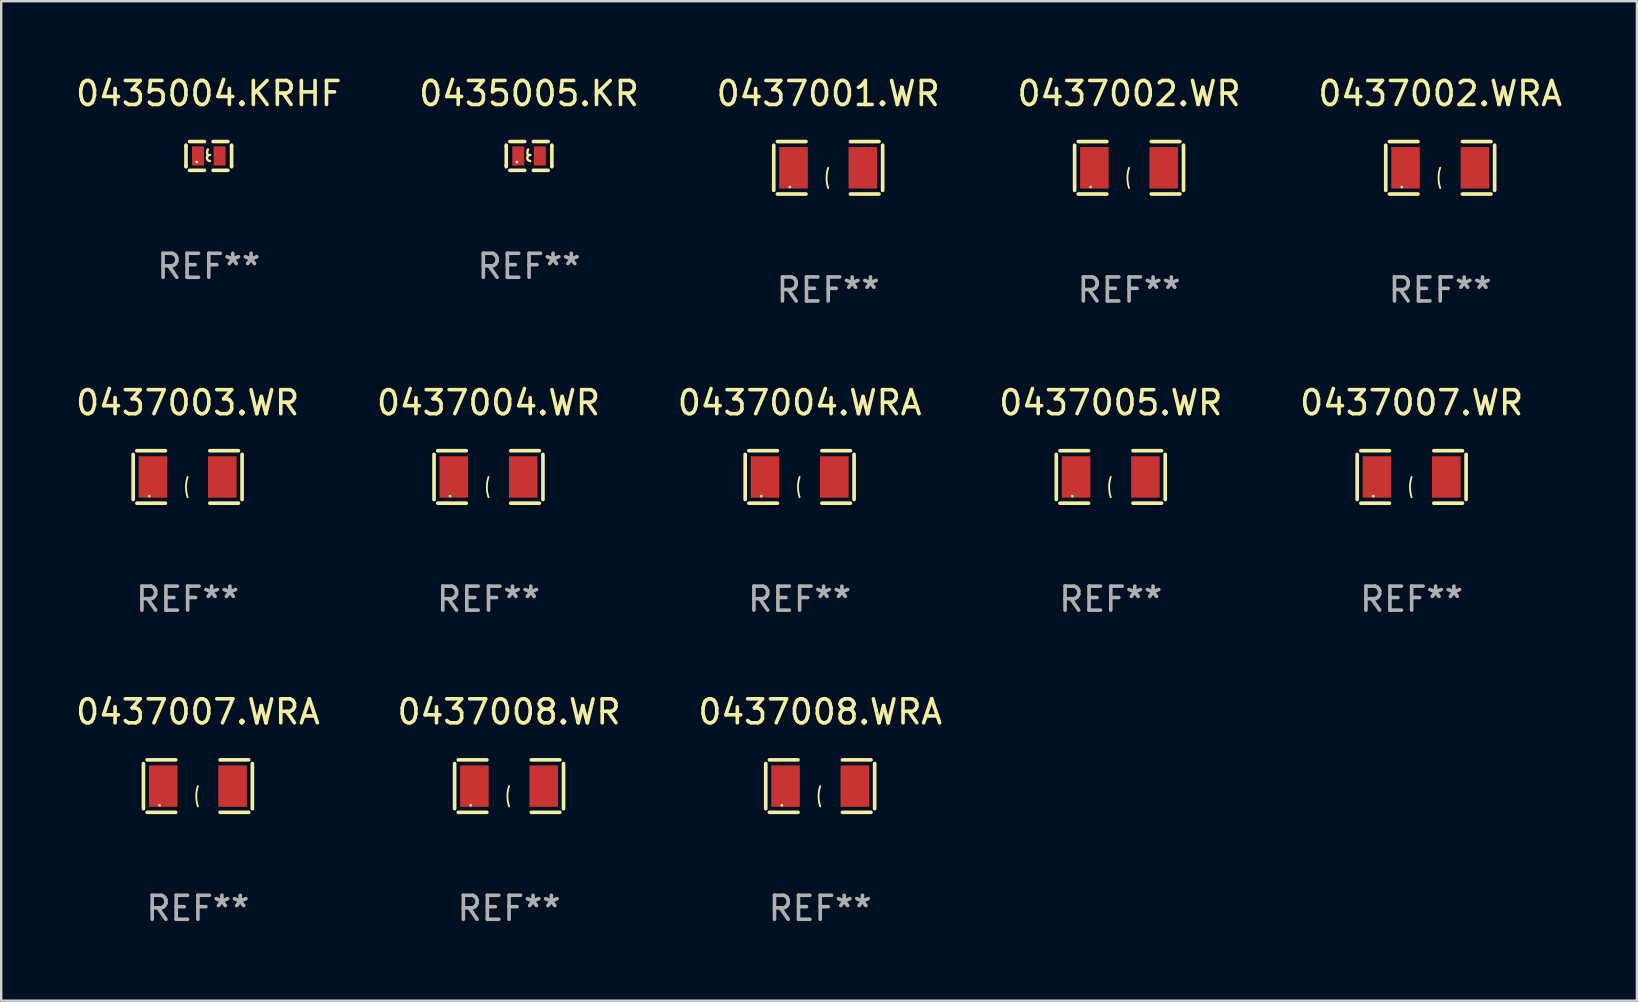
<source format=kicad_pcb>
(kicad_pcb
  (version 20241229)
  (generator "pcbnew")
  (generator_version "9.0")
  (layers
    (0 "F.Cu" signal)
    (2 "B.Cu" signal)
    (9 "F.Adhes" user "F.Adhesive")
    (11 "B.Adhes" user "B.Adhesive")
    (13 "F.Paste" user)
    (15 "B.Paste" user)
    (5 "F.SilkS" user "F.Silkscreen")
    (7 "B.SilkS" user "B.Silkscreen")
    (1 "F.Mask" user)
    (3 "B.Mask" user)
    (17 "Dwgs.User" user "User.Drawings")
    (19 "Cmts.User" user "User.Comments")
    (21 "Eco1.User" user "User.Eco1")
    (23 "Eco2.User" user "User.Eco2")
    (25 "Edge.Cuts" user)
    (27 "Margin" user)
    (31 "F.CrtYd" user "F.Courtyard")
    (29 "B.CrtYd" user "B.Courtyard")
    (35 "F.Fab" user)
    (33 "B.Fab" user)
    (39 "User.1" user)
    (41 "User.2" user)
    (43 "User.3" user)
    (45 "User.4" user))
  (footprint "0437007.WRA"
    (layer "F.Cu")
    (at 5.196 29.704)
    (property "Reference" "0437007.WRA" (at 0 -3.093 0) (layer "F.SilkS") (effects (font (size 1 1) (thickness 0.15))))
    (attr through_hole)
    (fp_line (start -2.269 -0.94) (end -2.269 0.94) (stroke (width 0.152) (type solid)) (layer "F.SilkS"))
    (fp_line (start -2.116 1.093) (end -0.926 1.093) (stroke (width 0.152) (type solid)) (layer "F.SilkS"))
    (fp_line (start -0.926 -1.093) (end -2.116 -1.093) (stroke (width 0.152) (type solid)) (layer "F.SilkS"))
    (fp_line (start 0.926 -1.093) (end 2.116 -1.093) (stroke (width 0.152) (type solid)) (layer "F.SilkS"))
    (fp_line (start 2.116 1.093) (end 0.926 1.093) (stroke (width 0.152) (type solid)) (layer "F.SilkS"))
    (fp_line (start 2.269 -0.94) (end 2.269 0.94) (stroke (width 0.152) (type solid)) (layer "F.SilkS"))
    (fp_arc (start 0 0.844951) (mid -0.068559 0.422475) (end 0 0) (stroke (width 0.0762) (type solid)) (layer "F.SilkS"))
    (fp_circle (center -1.6 0.8) (end -1.57 0.8) (stroke (width 0.06) (type solid)) (fill no) (layer "F.SilkS"))
    (fp_text user "REF**" (at 0 5.093 0) (layer "F.Fab") (effects (font (size 1 1) (thickness 0.15))))
    (pad "1" smd rect (at -1.445 0) (size 1.19 1.728) (layers "F.Cu" "F.Mask" "F.Paste"))
    (pad "2" smd rect (at 1.445 0) (size 1.19 1.728) (layers "F.Cu" "F.Mask" "F.Paste")))
  (footprint "0437004.WRA"
    (layer "F.Cu")
    (at 30.268 16.823)
    (property "Reference" "0437004.WRA" (at 0 -3.093 0) (layer "F.SilkS") (effects (font (size 1 1) (thickness 0.15))))
    (attr through_hole)
    (fp_line (start -2.269 -0.94) (end -2.269 0.94) (stroke (width 0.152) (type solid)) (layer "F.SilkS"))
    (fp_line (start -2.116 1.093) (end -0.926 1.093) (stroke (width 0.152) (type solid)) (layer "F.SilkS"))
    (fp_line (start -0.926 -1.093) (end -2.116 -1.093) (stroke (width 0.152) (type solid)) (layer "F.SilkS"))
    (fp_line (start 0.926 -1.093) (end 2.116 -1.093) (stroke (width 0.152) (type solid)) (layer "F.SilkS"))
    (fp_line (start 2.116 1.093) (end 0.926 1.093) (stroke (width 0.152) (type solid)) (layer "F.SilkS"))
    (fp_line (start 2.269 -0.94) (end 2.269 0.94) (stroke (width 0.152) (type solid)) (layer "F.SilkS"))
    (fp_arc (start 0 0.844951) (mid -0.068559 0.422475) (end 0 0) (stroke (width 0.0762) (type solid)) (layer "F.SilkS"))
    (fp_circle (center -1.6 0.8) (end -1.57 0.8) (stroke (width 0.06) (type solid)) (fill no) (layer "F.SilkS"))
    (fp_text user "REF**" (at 0 5.093 0) (layer "F.Fab") (effects (font (size 1 1) (thickness 0.15))))
    (pad "1" smd rect (at -1.445 0) (size 1.19 1.728) (layers "F.Cu" "F.Mask" "F.Paste"))
    (pad "2" smd rect (at 1.445 0) (size 1.19 1.728) (layers "F.Cu" "F.Mask" "F.Paste")))
  (footprint "0437004.WR"
    (layer "F.Cu")
    (at 17.304 16.823)
    (property "Reference" "0437004.WR" (at 0 -3.093 0) (layer "F.SilkS") (effects (font (size 1 1) (thickness 0.15))))
    (attr through_hole)
    (fp_line (start -2.269 -0.94) (end -2.269 0.94) (stroke (width 0.152) (type solid)) (layer "F.SilkS"))
    (fp_line (start -2.116 1.093) (end -0.926 1.093) (stroke (width 0.152) (type solid)) (layer "F.SilkS"))
    (fp_line (start -0.926 -1.093) (end -2.116 -1.093) (stroke (width 0.152) (type solid)) (layer "F.SilkS"))
    (fp_line (start 0.926 -1.093) (end 2.116 -1.093) (stroke (width 0.152) (type solid)) (layer "F.SilkS"))
    (fp_line (start 2.116 1.093) (end 0.926 1.093) (stroke (width 0.152) (type solid)) (layer "F.SilkS"))
    (fp_line (start 2.269 -0.94) (end 2.269 0.94) (stroke (width 0.152) (type solid)) (layer "F.SilkS"))
    (fp_arc (start 0 0.844951) (mid -0.068559 0.422475) (end 0 0) (stroke (width 0.0762) (type solid)) (layer "F.SilkS"))
    (fp_circle (center -1.6 0.8) (end -1.57 0.8) (stroke (width 0.06) (type solid)) (fill no) (layer "F.SilkS"))
    (fp_text user "REF**" (at 0 5.093 0) (layer "F.Fab") (effects (font (size 1 1) (thickness 0.15))))
    (pad "1" smd rect (at -1.445 0) (size 1.19 1.728) (layers "F.Cu" "F.Mask" "F.Paste"))
    (pad "2" smd rect (at 1.445 0) (size 1.19 1.728) (layers "F.Cu" "F.Mask" "F.Paste")))
  (footprint "0437008.WRA"
    (layer "F.Cu")
    (at 31.125 29.704)
    (property "Reference" "0437008.WRA" (at 0 -3.093 0) (layer "F.SilkS") (effects (font (size 1 1) (thickness 0.15))))
    (attr through_hole)
    (fp_line (start -2.269 -0.94) (end -2.269 0.94) (stroke (width 0.152) (type solid)) (layer "F.SilkS"))
    (fp_line (start -2.116 1.093) (end -0.926 1.093) (stroke (width 0.152) (type solid)) (layer "F.SilkS"))
    (fp_line (start -0.926 -1.093) (end -2.116 -1.093) (stroke (width 0.152) (type solid)) (layer "F.SilkS"))
    (fp_line (start 0.926 -1.093) (end 2.116 -1.093) (stroke (width 0.152) (type solid)) (layer "F.SilkS"))
    (fp_line (start 2.116 1.093) (end 0.926 1.093) (stroke (width 0.152) (type solid)) (layer "F.SilkS"))
    (fp_line (start 2.269 -0.94) (end 2.269 0.94) (stroke (width 0.152) (type solid)) (layer "F.SilkS"))
    (fp_arc (start 0 0.844951) (mid -0.068559 0.422475) (end 0 0) (stroke (width 0.0762) (type solid)) (layer "F.SilkS"))
    (fp_circle (center -1.6 0.8) (end -1.57 0.8) (stroke (width 0.06) (type solid)) (fill no) (layer "F.SilkS"))
    (fp_text user "REF**" (at 0 5.093 0) (layer "F.Fab") (effects (font (size 1 1) (thickness 0.15))))
    (pad "1" smd rect (at -1.445 0) (size 1.19 1.728) (layers "F.Cu" "F.Mask" "F.Paste"))
    (pad "2" smd rect (at 1.445 0) (size 1.19 1.728) (layers "F.Cu" "F.Mask" "F.Paste")))
  (footprint "0435005.KR"
    (layer "F.Cu")
    (at 18.994 3.448)
    (property "Reference" "0435005.KR" (at 0 -2.6 0) (layer "F.SilkS") (effects (font (size 1 1) (thickness 0.15))))
    (attr through_hole)
    (fp_line (start -0.95 -0.45) (end -0.95 -0.4) (stroke (width 0.15) (type solid)) (layer "F.SilkS"))
    (fp_line (start -0.95 -0.4) (end -0.95 0.4) (stroke (width 0.15) (type solid)) (layer "F.SilkS"))
    (fp_line (start -0.95 0.45) (end -0.95 0.4) (stroke (width 0.15) (type solid)) (layer "F.SilkS"))
    (fp_line (start -0.18 -0.6) (end -0.8 -0.6) (stroke (width 0.15) (type solid)) (layer "F.SilkS"))
    (fp_line (start -0.18 0.6) (end -0.8 0.6) (stroke (width 0.15) (type solid)) (layer "F.SilkS"))
    (fp_line (start 0.18 -0.6) (end 0.8 -0.6) (stroke (width 0.15) (type solid)) (layer "F.SilkS"))
    (fp_line (start 0.18 0.6) (end 0.8 0.6) (stroke (width 0.15) (type solid)) (layer "F.SilkS"))
    (fp_line (start 0.95 -0.45) (end 0.95 -0.4) (stroke (width 0.15) (type solid)) (layer "F.SilkS"))
    (fp_line (start 0.95 -0.4) (end 0.95 0.4) (stroke (width 0.15) (type solid)) (layer "F.SilkS"))
    (fp_line (start 0.95 0.45) (end 0.95 0.4) (stroke (width 0.15) (type solid)) (layer "F.SilkS"))
    (fp_arc (start -0.039942 -0.016052) (mid -0.069923 -0.143053) (end -0.039942 -0.270053) (stroke (width 0.1) (type solid)) (layer "F.SilkS"))
    (fp_arc (start 0.050076 0.209957) (mid -0.076924 0.082957) (end 0.050076 -0.044043) (stroke (width 0.1) (type solid)) (layer "F.SilkS"))
    (fp_circle (center -0.505 0.253) (end -0.475 0.253) (stroke (width 0.06) (type solid)) (fill no) (layer "F.SilkS"))
    (fp_text user "REF**" (at 0 4.6 0) (layer "F.Fab") (effects (font (size 1 1) (thickness 0.15))))
    (pad "1" smd rect (at -0.45 -0.000051) (size 0.5 0.8) (layers "F.Cu" "F.Mask" "F.Paste"))
    (pad "2" smd rect (at 0.45 -0.000051) (size 0.5 0.8) (layers "F.Cu" "F.Mask" "F.Paste")))
  (footprint "0437008.WR"
    (layer "F.Cu")
    (at 18.161 29.704)
    (property "Reference" "0437008.WR" (at 0 -3.093 0) (layer "F.SilkS") (effects (font (size 1 1) (thickness 0.15))))
    (attr through_hole)
    (fp_line (start -2.269 -0.94) (end -2.269 0.94) (stroke (width 0.152) (type solid)) (layer "F.SilkS"))
    (fp_line (start -2.116 1.093) (end -0.926 1.093) (stroke (width 0.152) (type solid)) (layer "F.SilkS"))
    (fp_line (start -0.926 -1.093) (end -2.116 -1.093) (stroke (width 0.152) (type solid)) (layer "F.SilkS"))
    (fp_line (start 0.926 -1.093) (end 2.116 -1.093) (stroke (width 0.152) (type solid)) (layer "F.SilkS"))
    (fp_line (start 2.116 1.093) (end 0.926 1.093) (stroke (width 0.152) (type solid)) (layer "F.SilkS"))
    (fp_line (start 2.269 -0.94) (end 2.269 0.94) (stroke (width 0.152) (type solid)) (layer "F.SilkS"))
    (fp_arc (start 0 0.844951) (mid -0.068559 0.422475) (end 0 0) (stroke (width 0.0762) (type solid)) (layer "F.SilkS"))
    (fp_circle (center -1.6 0.8) (end -1.57 0.8) (stroke (width 0.06) (type solid)) (fill no) (layer "F.SilkS"))
    (fp_text user "REF**" (at 0 5.093 0) (layer "F.Fab") (effects (font (size 1 1) (thickness 0.15))))
    (pad "1" smd rect (at -1.445 0) (size 1.19 1.728) (layers "F.Cu" "F.Mask" "F.Paste"))
    (pad "2" smd rect (at 1.445 0) (size 1.19 1.728) (layers "F.Cu" "F.Mask" "F.Paste")))
  (footprint "0437005.WR"
    (layer "F.Cu")
    (at 43.232 16.823)
    (property "Reference" "0437005.WR" (at 0 -3.093 0) (layer "F.SilkS") (effects (font (size 1 1) (thickness 0.15))))
    (attr through_hole)
    (fp_line (start -2.269 -0.94) (end -2.269 0.94) (stroke (width 0.152) (type solid)) (layer "F.SilkS"))
    (fp_line (start -2.116 1.093) (end -0.926 1.093) (stroke (width 0.152) (type solid)) (layer "F.SilkS"))
    (fp_line (start -0.926 -1.093) (end -2.116 -1.093) (stroke (width 0.152) (type solid)) (layer "F.SilkS"))
    (fp_line (start 0.926 -1.093) (end 2.116 -1.093) (stroke (width 0.152) (type solid)) (layer "F.SilkS"))
    (fp_line (start 2.116 1.093) (end 0.926 1.093) (stroke (width 0.152) (type solid)) (layer "F.SilkS"))
    (fp_line (start 2.269 -0.94) (end 2.269 0.94) (stroke (width 0.152) (type solid)) (layer "F.SilkS"))
    (fp_arc (start 0 0.844951) (mid -0.068559 0.422475) (end 0 0) (stroke (width 0.0762) (type solid)) (layer "F.SilkS"))
    (fp_circle (center -1.6 0.8) (end -1.57 0.8) (stroke (width 0.06) (type solid)) (fill no) (layer "F.SilkS"))
    (fp_text user "REF**" (at 0 5.093 0) (layer "F.Fab") (effects (font (size 1 1) (thickness 0.15))))
    (pad "1" smd rect (at -1.445 0) (size 1.19 1.728) (layers "F.Cu" "F.Mask" "F.Paste"))
    (pad "2" smd rect (at 1.445 0) (size 1.19 1.728) (layers "F.Cu" "F.Mask" "F.Paste")))
  (footprint "0437003.WR"
    (layer "F.Cu")
    (at 4.768 16.823)
    (property "Reference" "0437003.WR" (at 0 -3.093 0) (layer "F.SilkS") (effects (font (size 1 1) (thickness 0.15))))
    (attr through_hole)
    (fp_line (start -2.269 -0.94) (end -2.269 0.94) (stroke (width 0.152) (type solid)) (layer "F.SilkS"))
    (fp_line (start -2.116 1.093) (end -0.926 1.093) (stroke (width 0.152) (type solid)) (layer "F.SilkS"))
    (fp_line (start -0.926 -1.093) (end -2.116 -1.093) (stroke (width 0.152) (type solid)) (layer "F.SilkS"))
    (fp_line (start 0.926 -1.093) (end 2.116 -1.093) (stroke (width 0.152) (type solid)) (layer "F.SilkS"))
    (fp_line (start 2.116 1.093) (end 0.926 1.093) (stroke (width 0.152) (type solid)) (layer "F.SilkS"))
    (fp_line (start 2.269 -0.94) (end 2.269 0.94) (stroke (width 0.152) (type solid)) (layer "F.SilkS"))
    (fp_arc (start 0 0.844951) (mid -0.068559 0.422475) (end 0 0) (stroke (width 0.0762) (type solid)) (layer "F.SilkS"))
    (fp_circle (center -1.6 0.8) (end -1.57 0.8) (stroke (width 0.06) (type solid)) (fill no) (layer "F.SilkS"))
    (fp_text user "REF**" (at 0 5.093 0) (layer "F.Fab") (effects (font (size 1 1) (thickness 0.15))))
    (pad "1" smd rect (at -1.445 0) (size 1.19 1.728) (layers "F.Cu" "F.Mask" "F.Paste"))
    (pad "2" smd rect (at 1.445 0) (size 1.19 1.728) (layers "F.Cu" "F.Mask" "F.Paste")))
  (footprint "0437002.WR"
    (layer "F.Cu")
    (at 43.994 3.941)
    (property "Reference" "0437002.WR" (at 0 -3.093 0) (layer "F.SilkS") (effects (font (size 1 1) (thickness 0.15))))
    (attr through_hole)
    (fp_line (start -2.269 -0.94) (end -2.269 0.94) (stroke (width 0.152) (type solid)) (layer "F.SilkS"))
    (fp_line (start -2.116 1.093) (end -0.926 1.093) (stroke (width 0.152) (type solid)) (layer "F.SilkS"))
    (fp_line (start -0.926 -1.093) (end -2.116 -1.093) (stroke (width 0.152) (type solid)) (layer "F.SilkS"))
    (fp_line (start 0.926 -1.093) (end 2.116 -1.093) (stroke (width 0.152) (type solid)) (layer "F.SilkS"))
    (fp_line (start 2.116 1.093) (end 0.926 1.093) (stroke (width 0.152) (type solid)) (layer "F.SilkS"))
    (fp_line (start 2.269 -0.94) (end 2.269 0.94) (stroke (width 0.152) (type solid)) (layer "F.SilkS"))
    (fp_arc (start 0 0.844951) (mid -0.068559 0.422475) (end 0 0) (stroke (width 0.0762) (type solid)) (layer "F.SilkS"))
    (fp_circle (center -1.6 0.8) (end -1.57 0.8) (stroke (width 0.06) (type solid)) (fill no) (layer "F.SilkS"))
    (fp_text user "REF**" (at 0 5.093 0) (layer "F.Fab") (effects (font (size 1 1) (thickness 0.15))))
    (pad "1" smd rect (at -1.445 0) (size 1.19 1.728) (layers "F.Cu" "F.Mask" "F.Paste"))
    (pad "2" smd rect (at 1.445 0) (size 1.19 1.728) (layers "F.Cu" "F.Mask" "F.Paste")))
  (footprint "0437007.WR"
    (layer "F.Cu")
    (at 55.768 16.823)
    (property "Reference" "0437007.WR" (at 0 -3.093 0) (layer "F.SilkS") (effects (font (size 1 1) (thickness 0.15))))
    (attr through_hole)
    (fp_line (start -2.269 -0.94) (end -2.269 0.94) (stroke (width 0.152) (type solid)) (layer "F.SilkS"))
    (fp_line (start -2.116 1.093) (end -0.926 1.093) (stroke (width 0.152) (type solid)) (layer "F.SilkS"))
    (fp_line (start -0.926 -1.093) (end -2.116 -1.093) (stroke (width 0.152) (type solid)) (layer "F.SilkS"))
    (fp_line (start 0.926 -1.093) (end 2.116 -1.093) (stroke (width 0.152) (type solid)) (layer "F.SilkS"))
    (fp_line (start 2.116 1.093) (end 0.926 1.093) (stroke (width 0.152) (type solid)) (layer "F.SilkS"))
    (fp_line (start 2.269 -0.94) (end 2.269 0.94) (stroke (width 0.152) (type solid)) (layer "F.SilkS"))
    (fp_arc (start 0 0.844951) (mid -0.068559 0.422475) (end 0 0) (stroke (width 0.0762) (type solid)) (layer "F.SilkS"))
    (fp_circle (center -1.6 0.8) (end -1.57 0.8) (stroke (width 0.06) (type solid)) (fill no) (layer "F.SilkS"))
    (fp_text user "REF**" (at 0 5.093 0) (layer "F.Fab") (effects (font (size 1 1) (thickness 0.15))))
    (pad "1" smd rect (at -1.445 0) (size 1.19 1.728) (layers "F.Cu" "F.Mask" "F.Paste"))
    (pad "2" smd rect (at 1.445 0) (size 1.19 1.728) (layers "F.Cu" "F.Mask" "F.Paste")))
  (footprint "0435004.KRHF"
    (layer "F.Cu")
    (at 5.649 3.448)
    (property "Reference" "0435004.KRHF" (at 0 -2.6 0) (layer "F.SilkS") (effects (font (size 1 1) (thickness 0.15))))
    (attr through_hole)
    (fp_line (start -0.95 -0.45) (end -0.95 -0.4) (stroke (width 0.15) (type solid)) (layer "F.SilkS"))
    (fp_line (start -0.95 -0.4) (end -0.95 0.4) (stroke (width 0.15) (type solid)) (layer "F.SilkS"))
    (fp_line (start -0.95 0.45) (end -0.95 0.4) (stroke (width 0.15) (type solid)) (layer "F.SilkS"))
    (fp_line (start -0.18 -0.6) (end -0.8 -0.6) (stroke (width 0.15) (type solid)) (layer "F.SilkS"))
    (fp_line (start -0.18 0.6) (end -0.8 0.6) (stroke (width 0.15) (type solid)) (layer "F.SilkS"))
    (fp_line (start 0.18 -0.6) (end 0.8 -0.6) (stroke (width 0.15) (type solid)) (layer "F.SilkS"))
    (fp_line (start 0.18 0.6) (end 0.8 0.6) (stroke (width 0.15) (type solid)) (layer "F.SilkS"))
    (fp_line (start 0.95 -0.45) (end 0.95 -0.4) (stroke (width 0.15) (type solid)) (layer "F.SilkS"))
    (fp_line (start 0.95 -0.4) (end 0.95 0.4) (stroke (width 0.15) (type solid)) (layer "F.SilkS"))
    (fp_line (start 0.95 0.45) (end 0.95 0.4) (stroke (width 0.15) (type solid)) (layer "F.SilkS"))
    (fp_arc (start -0.039942 -0.016052) (mid -0.069923 -0.143053) (end -0.039942 -0.270053) (stroke (width 0.1) (type solid)) (layer "F.SilkS"))
    (fp_arc (start 0.050076 0.209957) (mid -0.076924 0.082957) (end 0.050076 -0.044043) (stroke (width 0.1) (type solid)) (layer "F.SilkS"))
    (fp_circle (center -0.505 0.253) (end -0.475 0.253) (stroke (width 0.06) (type solid)) (fill no) (layer "F.SilkS"))
    (fp_text user "REF**" (at 0 4.6 0) (layer "F.Fab") (effects (font (size 1 1) (thickness 0.15))))
    (pad "1" smd rect (at -0.45 -0.000051) (size 0.5 0.8) (layers "F.Cu" "F.Mask" "F.Paste"))
    (pad "2" smd rect (at 0.45 -0.000051) (size 0.5 0.8) (layers "F.Cu" "F.Mask" "F.Paste")))
  (footprint "0437002.WRA"
    (layer "F.Cu")
    (at 56.958 3.941)
    (property "Reference" "0437002.WRA" (at 0 -3.093 0) (layer "F.SilkS") (effects (font (size 1 1) (thickness 0.15))))
    (attr through_hole)
    (fp_line (start -2.269 -0.94) (end -2.269 0.94) (stroke (width 0.152) (type solid)) (layer "F.SilkS"))
    (fp_line (start -2.116 1.093) (end -0.926 1.093) (stroke (width 0.152) (type solid)) (layer "F.SilkS"))
    (fp_line (start -0.926 -1.093) (end -2.116 -1.093) (stroke (width 0.152) (type solid)) (layer "F.SilkS"))
    (fp_line (start 0.926 -1.093) (end 2.116 -1.093) (stroke (width 0.152) (type solid)) (layer "F.SilkS"))
    (fp_line (start 2.116 1.093) (end 0.926 1.093) (stroke (width 0.152) (type solid)) (layer "F.SilkS"))
    (fp_line (start 2.269 -0.94) (end 2.269 0.94) (stroke (width 0.152) (type solid)) (layer "F.SilkS"))
    (fp_arc (start 0 0.844951) (mid -0.068559 0.422475) (end 0 0) (stroke (width 0.0762) (type solid)) (layer "F.SilkS"))
    (fp_circle (center -1.6 0.8) (end -1.57 0.8) (stroke (width 0.06) (type solid)) (fill no) (layer "F.SilkS"))
    (fp_text user "REF**" (at 0 5.093 0) (layer "F.Fab") (effects (font (size 1 1) (thickness 0.15))))
    (pad "1" smd rect (at -1.445 0) (size 1.19 1.728) (layers "F.Cu" "F.Mask" "F.Paste"))
    (pad "2" smd rect (at 1.445 0) (size 1.19 1.728) (layers "F.Cu" "F.Mask" "F.Paste")))
  (footprint "0437001.WR"
    (layer "F.Cu")
    (at 31.458 3.941)
    (property "Reference" "0437001.WR" (at 0 -3.093 0) (layer "F.SilkS") (effects (font (size 1 1) (thickness 0.15))))
    (attr through_hole)
    (fp_line (start -2.269 -0.94) (end -2.269 0.94) (stroke (width 0.152) (type solid)) (layer "F.SilkS"))
    (fp_line (start -2.116 1.093) (end -0.926 1.093) (stroke (width 0.152) (type solid)) (layer "F.SilkS"))
    (fp_line (start -0.926 -1.093) (end -2.116 -1.093) (stroke (width 0.152) (type solid)) (layer "F.SilkS"))
    (fp_line (start 0.926 -1.093) (end 2.116 -1.093) (stroke (width 0.152) (type solid)) (layer "F.SilkS"))
    (fp_line (start 2.116 1.093) (end 0.926 1.093) (stroke (width 0.152) (type solid)) (layer "F.SilkS"))
    (fp_line (start 2.269 -0.94) (end 2.269 0.94) (stroke (width 0.152) (type solid)) (layer "F.SilkS"))
    (fp_arc (start 0 0.844951) (mid -0.068559 0.422475) (end 0 0) (stroke (width 0.0762) (type solid)) (layer "F.SilkS"))
    (fp_circle (center -1.6 0.8) (end -1.57 0.8) (stroke (width 0.06) (type solid)) (fill no) (layer "F.SilkS"))
    (fp_text user "REF**" (at 0 5.093 0) (layer "F.Fab") (effects (font (size 1 1) (thickness 0.15))))
    (pad "1" smd rect (at -1.445 0) (size 1.19 1.728) (layers "F.Cu" "F.Mask" "F.Paste"))
    (pad "2" smd rect (at 1.445 0) (size 1.19 1.728) (layers "F.Cu" "F.Mask" "F.Paste")))
  (gr_rect
    (start -3 -3)
    (end 65.155 38.645)
    (stroke (width 0.1) (type default))
    (fill no)
    (layer "Edge.Cuts")))
</source>
